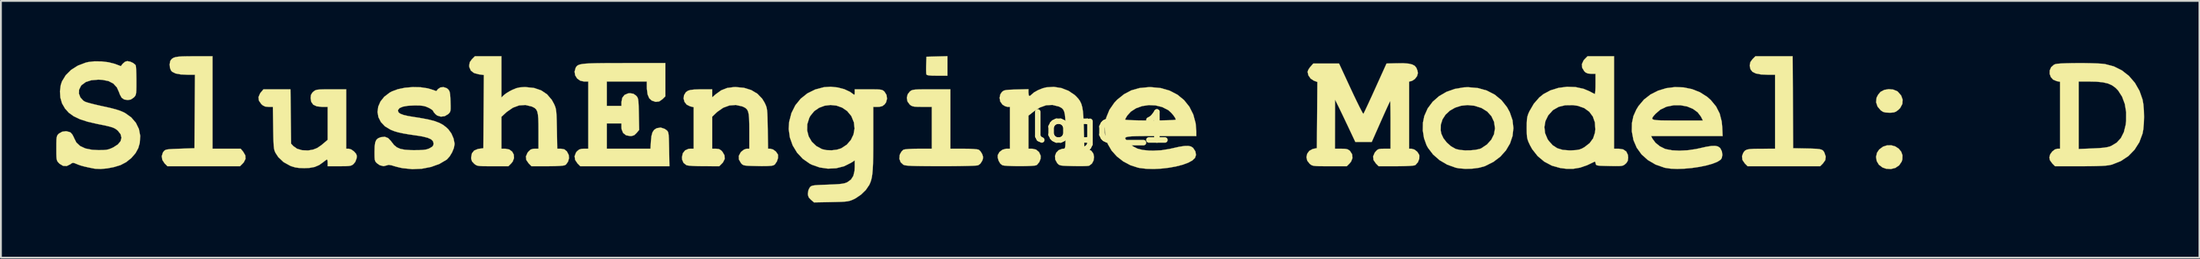
<source format=kicad_pcb>
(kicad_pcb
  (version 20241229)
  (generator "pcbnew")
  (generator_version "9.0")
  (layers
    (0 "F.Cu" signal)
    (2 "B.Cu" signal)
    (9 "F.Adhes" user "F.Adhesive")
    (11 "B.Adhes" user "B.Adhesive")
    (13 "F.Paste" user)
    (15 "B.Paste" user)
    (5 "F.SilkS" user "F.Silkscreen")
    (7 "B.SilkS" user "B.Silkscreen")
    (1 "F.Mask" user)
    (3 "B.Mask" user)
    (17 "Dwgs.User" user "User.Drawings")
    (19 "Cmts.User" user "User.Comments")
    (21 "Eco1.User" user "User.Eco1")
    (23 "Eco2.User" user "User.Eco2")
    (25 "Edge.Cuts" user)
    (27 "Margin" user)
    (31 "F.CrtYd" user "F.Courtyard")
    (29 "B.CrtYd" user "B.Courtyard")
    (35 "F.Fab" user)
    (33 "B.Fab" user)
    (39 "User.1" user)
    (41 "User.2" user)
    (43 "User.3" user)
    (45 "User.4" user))
  (footprint "logo_1"
    (layer "F.Cu")
    (at 56.626 3.871)
    (property "Reference" "logo_1" (at 0 0 0) (layer "F.SilkS") (effects (font (size 1.524 1.524) (thickness 0.3))))
    (attr through_hole)
    (fp_poly (pts (xy -8.308 -2.805) (xy -8.865 -2.805) (xy -9.135 -2.808) (xy -9.313 -2.821) (xy -9.414 -2.844) (xy -9.45 -2.875) (xy -9.46 -2.958) (xy -9.465 -3.117) (xy -9.463 -3.322) (xy -9.461 -3.391) (xy -9.446 -3.836) (xy -8.877 -3.851) (xy -8.308 -3.866) (xy -8.308 -2.805)) (stroke (width 0.01) (type solid)) (fill yes) (layer "F.SilkS"))
    (fp_poly (pts (xy 43.081 1.041) (xy 43.264 1.159) (xy 43.4 1.322) (xy 43.472 1.522) (xy 43.464 1.75) (xy 43.426 1.869) (xy 43.288 2.071) (xy 43.086 2.207) (xy 42.843 2.269) (xy 42.581 2.252) (xy 42.386 2.183) (xy 42.191 2.033) (xy 42.074 1.834) (xy 42.039 1.61) (xy 42.09 1.385) (xy 42.209 1.208) (xy 42.415 1.053) (xy 42.64 0.98) (xy 42.867 0.979) (xy 43.081 1.041)) (stroke (width 0.01) (type solid)) (fill yes) (layer "F.SilkS"))
    (fp_poly (pts (xy 42.97 -2.051) (xy 43.18 -1.964) (xy 43.222 -1.933) (xy 43.4 -1.727) (xy 43.481 -1.501) (xy 43.465 -1.272) (xy 43.351 -1.055) (xy 43.256 -0.957) (xy 43.133 -0.861) (xy 43.015 -0.812) (xy 42.857 -0.795) (xy 42.759 -0.794) (xy 42.56 -0.803) (xy 42.423 -0.839) (xy 42.306 -0.913) (xy 42.288 -0.928) (xy 42.12 -1.128) (xy 42.043 -1.358) (xy 42.064 -1.598) (xy 42.068 -1.612) (xy 42.152 -1.773) (xy 42.275 -1.919) (xy 42.288 -1.93) (xy 42.484 -2.033) (xy 42.725 -2.074) (xy 42.97 -2.051)) (stroke (width 0.01) (type solid)) (fill yes) (layer "F.SilkS"))
    (fp_poly (pts (xy 37.531 -1.363) (xy 37.544 1.138) (xy 38.232 1.151) (xy 38.562 1.158) (xy 38.802 1.169) (xy 38.97 1.187) (xy 39.083 1.216) (xy 39.156 1.259) (xy 39.207 1.321) (xy 39.237 1.374) (xy 39.311 1.594) (xy 39.285 1.788) (xy 39.162 1.962) (xy 39.008 2.117) (xy 37.042 2.117) (xy 35.076 2.117) (xy 34.921 1.962) (xy 34.794 1.775) (xy 34.772 1.575) (xy 34.828 1.412) (xy 34.884 1.32) (xy 34.952 1.255) (xy 35.049 1.211) (xy 35.193 1.184) (xy 35.401 1.171) (xy 35.691 1.166) (xy 35.811 1.166) (xy 36.565 1.164) (xy 36.565 -2.857) (xy 36.155 -2.858) (xy 35.794 -2.874) (xy 35.526 -2.925) (xy 35.341 -3.015) (xy 35.233 -3.15) (xy 35.191 -3.333) (xy 35.19 -3.376) (xy 35.229 -3.554) (xy 35.344 -3.708) (xy 35.499 -3.863) (xy 37.517 -3.863) (xy 37.531 -1.363)) (stroke (width 0.01) (type solid)) (fill yes) (layer "F.SilkS"))
    (fp_poly (pts (xy -48.154 1.164) (xy -46.629 1.164) (xy -46.492 1.327) (xy -46.376 1.526) (xy -46.366 1.721) (xy -46.461 1.908) (xy -46.51 1.962) (xy -46.664 2.117) (xy -48.63 2.117) (xy -50.596 2.117) (xy -50.751 1.962) (xy -50.874 1.776) (xy -50.906 1.57) (xy -50.844 1.372) (xy -50.805 1.316) (xy -50.76 1.267) (xy -50.705 1.232) (xy -50.622 1.208) (xy -50.492 1.191) (xy -50.298 1.179) (xy -50.022 1.168) (xy -49.918 1.164) (xy -49.133 1.138) (xy -49.119 -0.86) (xy -49.105 -2.857) (xy -49.516 -2.858) (xy -49.881 -2.875) (xy -50.15 -2.925) (xy -50.331 -3.012) (xy -50.402 -3.083) (xy -50.462 -3.234) (xy -50.478 -3.419) (xy -50.45 -3.588) (xy -50.415 -3.656) (xy -50.351 -3.726) (xy -50.271 -3.778) (xy -50.161 -3.815) (xy -50.004 -3.84) (xy -49.786 -3.855) (xy -49.491 -3.861) (xy -49.137 -3.863) (xy -48.154 -3.863) (xy -48.154 1.164)) (stroke (width 0.01) (type solid)) (fill yes) (layer "F.SilkS"))
    (fp_poly (pts (xy -8.149 1.164) (xy -7.431 1.164) (xy -7.14 1.168) (xy -6.892 1.18) (xy -6.708 1.198) (xy -6.609 1.22) (xy -6.607 1.221) (xy -6.515 1.308) (xy -6.432 1.443) (xy -6.424 1.459) (xy -6.379 1.599) (xy -6.386 1.716) (xy -6.426 1.826) (xy -6.524 1.978) (xy -6.642 2.064) (xy -6.732 2.078) (xy -6.918 2.09) (xy -7.191 2.1) (xy -7.542 2.107) (xy -7.961 2.112) (xy -8.438 2.115) (xy -8.669 2.115) (xy -9.186 2.113) (xy -9.607 2.11) (xy -9.943 2.106) (xy -10.204 2.099) (xy -10.399 2.089) (xy -10.538 2.076) (xy -10.633 2.059) (xy -10.692 2.039) (xy -10.697 2.036) (xy -10.844 1.902) (xy -10.913 1.715) (xy -10.896 1.506) (xy -10.878 1.455) (xy -10.798 1.319) (xy -10.705 1.226) (xy -10.697 1.221) (xy -10.602 1.199) (xy -10.422 1.181) (xy -10.176 1.169) (xy -9.887 1.164) (xy -9.872 1.164) (xy -9.155 1.164) (xy -9.155 -1.111) (xy -9.681 -1.111) (xy -9.927 -1.113) (xy -10.093 -1.123) (xy -10.205 -1.146) (xy -10.287 -1.186) (xy -10.354 -1.238) (xy -10.475 -1.405) (xy -10.511 -1.602) (xy -10.463 -1.797) (xy -10.354 -1.937) (xy -10.3 -1.981) (xy -10.243 -2.013) (xy -10.168 -2.035) (xy -10.057 -2.05) (xy -9.897 -2.059) (xy -9.669 -2.063) (xy -9.36 -2.064) (xy -9.178 -2.064) (xy -8.149 -2.064) (xy -8.149 1.164)) (stroke (width 0.01) (type solid)) (fill yes) (layer "F.SilkS"))
    (fp_poly (pts (xy 20.452 -2.133) (xy 20.934 -1.998) (xy 21.363 -1.776) (xy 21.73 -1.474) (xy 22.03 -1.094) (xy 22.179 -0.821) (xy 22.328 -0.389) (xy 22.376 0.046) (xy 22.33 0.472) (xy 22.193 0.88) (xy 21.971 1.257) (xy 21.669 1.595) (xy 21.291 1.881) (xy 20.844 2.106) (xy 20.809 2.119) (xy 20.509 2.201) (xy 20.15 2.248) (xy 19.773 2.258) (xy 19.422 2.23) (xy 19.25 2.196) (xy 18.79 2.032) (xy 18.374 1.788) (xy 18.02 1.477) (xy 17.743 1.112) (xy 17.665 0.968) (xy 17.53 0.59) (xy 17.466 0.178) (xy 18.435 0.178) (xy 18.472 0.357) (xy 18.583 0.596) (xy 18.767 0.832) (xy 18.996 1.034) (xy 19.242 1.173) (xy 19.265 1.182) (xy 19.477 1.231) (xy 19.747 1.255) (xy 20.039 1.253) (xy 20.316 1.227) (xy 20.545 1.178) (xy 20.637 1.142) (xy 20.944 0.935) (xy 21.177 0.676) (xy 21.325 0.38) (xy 21.378 0.061) (xy 21.378 0.053) (xy 21.329 -0.295) (xy 21.186 -0.603) (xy 20.957 -0.858) (xy 20.65 -1.048) (xy 20.631 -1.056) (xy 20.257 -1.173) (xy 19.888 -1.209) (xy 19.537 -1.171) (xy 19.214 -1.067) (xy 18.931 -0.905) (xy 18.7 -0.691) (xy 18.533 -0.434) (xy 18.441 -0.142) (xy 18.435 0.178) (xy 17.466 0.178) (xy 17.465 0.169) (xy 17.473 -0.257) (xy 17.545 -0.611) (xy 17.728 -1.024) (xy 17.997 -1.386) (xy 18.339 -1.688) (xy 18.744 -1.925) (xy 19.2 -2.088) (xy 19.697 -2.171) (xy 19.923 -2.18) (xy 20.452 -2.133)) (stroke (width 0.01) (type solid)) (fill yes) (layer "F.SilkS"))
    (fp_poly (pts (xy 31.599 -2.17) (xy 32.057 -2.077) (xy 32.49 -1.906) (xy 32.883 -1.655) (xy 33.076 -1.484) (xy 33.364 -1.135) (xy 33.56 -0.749) (xy 33.671 -0.313) (xy 33.699 -0.013) (xy 33.721 0.476) (xy 29.842 0.476) (xy 29.92 0.627) (xy 30.082 0.843) (xy 30.316 1.033) (xy 30.588 1.169) (xy 30.648 1.188) (xy 30.976 1.251) (xy 31.373 1.271) (xy 31.809 1.249) (xy 32.256 1.186) (xy 32.481 1.138) (xy 32.838 1.058) (xy 33.111 1.015) (xy 33.313 1.009) (xy 33.459 1.039) (xy 33.564 1.107) (xy 33.598 1.145) (xy 33.681 1.311) (xy 33.707 1.499) (xy 33.675 1.67) (xy 33.613 1.762) (xy 33.432 1.878) (xy 33.165 1.983) (xy 32.834 2.076) (xy 32.457 2.153) (xy 32.055 2.212) (xy 31.648 2.249) (xy 31.257 2.262) (xy 30.902 2.248) (xy 30.603 2.204) (xy 30.566 2.195) (xy 30.085 2.026) (xy 29.67 1.784) (xy 29.327 1.476) (xy 29.063 1.11) (xy 28.885 0.694) (xy 28.8 0.236) (xy 28.797 0.183) (xy 28.805 -0.239) (xy 28.857 -0.484) (xy 29.9 -0.484) (xy 29.923 -0.438) (xy 30.002 -0.406) (xy 30.148 -0.386) (xy 30.368 -0.376) (xy 30.673 -0.371) (xy 31.07 -0.37) (xy 31.275 -0.37) (xy 32.652 -0.37) (xy 32.542 -0.585) (xy 32.367 -0.816) (xy 32.113 -1.001) (xy 31.797 -1.132) (xy 31.439 -1.199) (xy 31.074 -1.199) (xy 30.677 -1.12) (xy 30.345 -0.961) (xy 30.086 -0.738) (xy 29.991 -0.631) (xy 29.926 -0.547) (xy 29.9 -0.484) (xy 28.857 -0.484) (xy 28.883 -0.609) (xy 29.042 -0.964) (xy 29.161 -1.158) (xy 29.455 -1.507) (xy 29.814 -1.786) (xy 30.223 -1.993) (xy 30.667 -2.127) (xy 31.131 -2.186) (xy 31.599 -2.17)) (stroke (width 0.01) (type solid)) (fill yes) (layer "F.SilkS"))
    (fp_poly (pts (xy 53.343 -3.49) (xy 53.682 -3.484) (xy 53.99 -3.474) (xy 54.249 -3.459) (xy 54.438 -3.44) (xy 54.451 -3.438) (xy 54.93 -3.312) (xy 55.366 -3.094) (xy 55.75 -2.793) (xy 56.072 -2.418) (xy 56.323 -1.978) (xy 56.487 -1.51) (xy 56.532 -1.252) (xy 56.559 -0.925) (xy 56.568 -0.565) (xy 56.557 -0.208) (xy 56.529 0.113) (xy 56.487 0.342) (xy 56.313 0.811) (xy 56.053 1.221) (xy 55.718 1.565) (xy 55.313 1.834) (xy 54.849 2.02) (xy 54.785 2.038) (xy 54.654 2.064) (xy 54.484 2.085) (xy 54.259 2.099) (xy 53.968 2.109) (xy 53.598 2.115) (xy 53.136 2.117) (xy 53.113 2.117) (xy 51.744 2.117) (xy 51.59 1.962) (xy 51.464 1.786) (xy 51.435 1.64) (xy 51.479 1.474) (xy 51.589 1.318) (xy 51.737 1.204) (xy 51.881 1.164) (xy 52.017 1.164) (xy 52.017 -2.475) (xy 51.954 -2.487) (xy 53.023 -2.487) (xy 53.023 1.18) (xy 53.787 1.149) (xy 54.128 1.132) (xy 54.383 1.11) (xy 54.572 1.081) (xy 54.717 1.042) (xy 54.783 1.016) (xy 55.083 0.836) (xy 55.312 0.587) (xy 55.474 0.265) (xy 55.573 -0.137) (xy 55.598 -0.348) (xy 55.599 -0.826) (xy 55.525 -1.271) (xy 55.378 -1.667) (xy 55.165 -1.999) (xy 55.027 -2.143) (xy 54.837 -2.282) (xy 54.613 -2.382) (xy 54.335 -2.446) (xy 53.987 -2.48) (xy 53.648 -2.487) (xy 53.023 -2.487) (xy 51.954 -2.487) (xy 51.834 -2.51) (xy 51.643 -2.59) (xy 51.515 -2.731) (xy 51.452 -2.907) (xy 51.456 -3.093) (xy 51.53 -3.264) (xy 51.676 -3.396) (xy 51.759 -3.434) (xy 51.872 -3.454) (xy 52.071 -3.47) (xy 52.338 -3.481) (xy 52.651 -3.488) (xy 52.993 -3.491) (xy 53.343 -3.49)) (stroke (width 0.01) (type solid)) (fill yes) (layer "F.SilkS"))
    (fp_poly (pts (xy -43.894 0.891) (xy -43.766 1.028) (xy -43.569 1.166) (xy -43.304 1.245) (xy -42.994 1.259) (xy -42.935 1.254) (xy -42.696 1.212) (xy -42.488 1.13) (xy -42.276 0.989) (xy -42.135 0.874) (xy -41.91 0.68) (xy -41.91 -1.111) (xy -42.225 -1.111) (xy -42.5 -1.14) (xy -42.691 -1.229) (xy -42.8 -1.381) (xy -42.834 -1.587) (xy -42.816 -1.757) (xy -42.748 -1.877) (xy -42.686 -1.937) (xy -42.625 -1.985) (xy -42.561 -2.019) (xy -42.474 -2.042) (xy -42.346 -2.055) (xy -42.159 -2.062) (xy -41.895 -2.064) (xy -41.722 -2.064) (xy -40.905 -2.064) (xy -40.905 1.164) (xy -40.768 1.164) (xy -40.63 1.206) (xy -40.48 1.316) (xy -40.471 1.325) (xy -40.368 1.445) (xy -40.331 1.551) (xy -40.341 1.683) (xy -40.411 1.875) (xy -40.509 1.998) (xy -40.576 2.049) (xy -40.652 2.083) (xy -40.76 2.103) (xy -40.92 2.113) (xy -41.155 2.116) (xy -41.278 2.117) (xy -41.91 2.117) (xy -41.91 1.931) (xy -41.918 1.809) (xy -41.938 1.748) (xy -41.942 1.746) (xy -41.999 1.777) (xy -42.102 1.855) (xy -42.14 1.887) (xy -42.373 2.053) (xy -42.617 2.157) (xy -42.903 2.209) (xy -43.18 2.22) (xy -43.455 2.211) (xy -43.67 2.181) (xy -43.871 2.12) (xy -43.942 2.092) (xy -44.303 1.892) (xy -44.587 1.622) (xy -44.732 1.402) (xy -44.77 1.325) (xy -44.799 1.242) (xy -44.821 1.137) (xy -44.836 0.995) (xy -44.847 0.8) (xy -44.855 0.536) (xy -44.862 0.188) (xy -44.864 0.04) (xy -44.881 -1.111) (xy -45.119 -1.111) (xy -45.298 -1.128) (xy -45.429 -1.192) (xy -45.512 -1.266) (xy -45.639 -1.45) (xy -45.66 -1.643) (xy -45.576 -1.841) (xy -45.53 -1.901) (xy -45.393 -2.064) (xy -43.927 -2.064) (xy -43.894 0.891)) (stroke (width 0.01) (type solid)) (fill yes) (layer "F.SilkS"))
    (fp_poly (pts (xy -23.601 -1.685) (xy -23.756 -1.531) (xy -23.935 -1.406) (xy -24.129 -1.383) (xy -24.342 -1.455) (xy -24.477 -1.579) (xy -24.564 -1.786) (xy -24.603 -2.082) (xy -24.606 -2.209) (xy -24.606 -2.487) (xy -26.776 -2.487) (xy -26.776 -1.164) (xy -25.982 -1.164) (xy -25.982 -1.378) (xy -25.939 -1.601) (xy -25.816 -1.76) (xy -25.625 -1.842) (xy -25.517 -1.852) (xy -25.334 -1.823) (xy -25.191 -1.723) (xy -25.184 -1.716) (xy -25.136 -1.66) (xy -25.102 -1.599) (xy -25.078 -1.515) (xy -25.062 -1.391) (xy -25.052 -1.208) (xy -25.044 -0.949) (xy -25.039 -0.718) (xy -25.023 0.142) (xy -25.163 0.309) (xy -25.284 0.425) (xy -25.416 0.471) (xy -25.513 0.476) (xy -25.734 0.433) (xy -25.891 0.309) (xy -25.972 0.114) (xy -25.982 0.002) (xy -25.982 -0.212) (xy -26.776 -0.212) (xy -26.776 1.164) (xy -24.408 1.164) (xy -24.384 0.754) (xy -24.355 0.471) (xy -24.3 0.273) (xy -24.212 0.14) (xy -24.081 0.055) (xy -24.066 0.048) (xy -23.854 0.014) (xy -23.64 0.085) (xy -23.541 0.153) (xy -23.496 0.194) (xy -23.463 0.242) (xy -23.44 0.313) (xy -23.424 0.425) (xy -23.413 0.593) (xy -23.406 0.833) (xy -23.399 1.162) (xy -23.399 1.186) (xy -23.382 2.117) (xy -28.213 2.117) (xy -28.367 1.962) (xy -28.494 1.773) (xy -28.522 1.572) (xy -28.449 1.376) (xy -28.392 1.304) (xy -28.278 1.21) (xy -28.141 1.17) (xy -28.022 1.164) (xy -27.781 1.164) (xy -27.781 -2.487) (xy -27.997 -2.487) (xy -28.214 -2.532) (xy -28.383 -2.652) (xy -28.491 -2.824) (xy -28.524 -3.026) (xy -28.466 -3.233) (xy -28.465 -3.236) (xy -28.428 -3.295) (xy -28.382 -3.345) (xy -28.316 -3.386) (xy -28.221 -3.418) (xy -28.088 -3.443) (xy -27.908 -3.462) (xy -27.671 -3.475) (xy -27.367 -3.484) (xy -26.988 -3.489) (xy -26.524 -3.492) (xy -25.966 -3.492) (xy -25.825 -3.493) (xy -23.601 -3.493) (xy -23.601 -1.685)) (stroke (width 0.01) (type solid)) (fill yes) (layer "F.SilkS"))
    (fp_poly (pts (xy 3.254 -2.133) (xy 3.734 -1.995) (xy 4.158 -1.775) (xy 4.518 -1.481) (xy 4.808 -1.119) (xy 5.02 -0.697) (xy 5.148 -0.221) (xy 5.185 0.225) (xy 5.186 0.476) (xy 3.254 0.476) (xy 2.727 0.476) (xy 2.297 0.477) (xy 1.958 0.481) (xy 1.7 0.49) (xy 1.516 0.505) (xy 1.399 0.529) (xy 1.339 0.563) (xy 1.33 0.609) (xy 1.363 0.669) (xy 1.43 0.745) (xy 1.523 0.838) (xy 1.556 0.871) (xy 1.759 1.04) (xy 1.989 1.158) (xy 2.266 1.231) (xy 2.612 1.265) (xy 2.854 1.27) (xy 3.293 1.248) (xy 3.737 1.176) (xy 3.906 1.138) (xy 4.266 1.058) (xy 4.542 1.016) (xy 4.748 1.011) (xy 4.896 1.043) (xy 5.003 1.113) (xy 5.014 1.124) (xy 5.136 1.312) (xy 5.167 1.504) (xy 5.112 1.667) (xy 4.969 1.803) (xy 4.738 1.928) (xy 4.437 2.037) (xy 4.082 2.129) (xy 3.692 2.199) (xy 3.282 2.246) (xy 2.872 2.266) (xy 2.478 2.256) (xy 2.117 2.213) (xy 2.025 2.195) (xy 1.61 2.061) (xy 1.22 1.852) (xy 0.875 1.582) (xy 0.594 1.268) (xy 0.396 0.926) (xy 0.372 0.865) (xy 0.248 0.394) (xy 0.225 -0.074) (xy 0.283 -0.416) (xy 1.323 -0.416) (xy 1.374 -0.403) (xy 1.516 -0.393) (xy 1.737 -0.383) (xy 2.021 -0.376) (xy 2.356 -0.372) (xy 2.699 -0.37) (xy 3.068 -0.372) (xy 3.4 -0.377) (xy 3.68 -0.384) (xy 3.895 -0.393) (xy 4.031 -0.404) (xy 4.075 -0.416) (xy 4.038 -0.512) (xy 3.947 -0.647) (xy 3.823 -0.79) (xy 3.694 -0.91) (xy 3.655 -0.939) (xy 3.333 -1.102) (xy 2.977 -1.19) (xy 2.609 -1.207) (xy 2.25 -1.154) (xy 1.919 -1.036) (xy 1.637 -0.854) (xy 1.443 -0.639) (xy 1.367 -0.516) (xy 1.326 -0.429) (xy 1.323 -0.416) (xy 0.283 -0.416) (xy 0.302 -0.526) (xy 0.475 -0.951) (xy 0.742 -1.338) (xy 0.897 -1.502) (xy 1.266 -1.799) (xy 1.662 -2.008) (xy 2.101 -2.133) (xy 2.6 -2.182) (xy 2.725 -2.183) (xy 3.254 -2.133)) (stroke (width 0.01) (type solid)) (fill yes) (layer "F.SilkS"))
    (fp_poly (pts (xy -32.491 -1.621) (xy -32.345 -1.76) (xy -32.218 -1.857) (xy -32.036 -1.966) (xy -31.883 -2.044) (xy -31.678 -2.127) (xy -31.49 -2.17) (xy -31.269 -2.185) (xy -31.169 -2.185) (xy -30.72 -2.138) (xy -30.337 -2.008) (xy -30.018 -1.794) (xy -29.763 -1.496) (xy -29.64 -1.274) (xy -29.593 -1.168) (xy -29.558 -1.069) (xy -29.533 -0.959) (xy -29.515 -0.82) (xy -29.502 -0.634) (xy -29.493 -0.384) (xy -29.486 -0.052) (xy -29.483 0.093) (xy -29.464 1.164) (xy -29.266 1.164) (xy -29.079 1.198) (xy -28.943 1.308) (xy -28.844 1.498) (xy -28.825 1.673) (xy -28.875 1.86) (xy -28.978 2.011) (xy -29.043 2.059) (xy -29.138 2.081) (xy -29.324 2.099) (xy -29.585 2.111) (xy -29.906 2.116) (xy -30.004 2.117) (xy -30.859 2.117) (xy -31.013 1.962) (xy -31.14 1.778) (xy -31.161 1.585) (xy -31.077 1.387) (xy -31.031 1.327) (xy -30.909 1.212) (xy -30.771 1.168) (xy -30.687 1.164) (xy -30.48 1.164) (xy -30.48 0.209) (xy -30.482 -0.18) (xy -30.491 -0.477) (xy -30.512 -0.697) (xy -30.547 -0.856) (xy -30.602 -0.967) (xy -30.679 -1.044) (xy -30.784 -1.103) (xy -30.849 -1.131) (xy -31.189 -1.213) (xy -31.53 -1.191) (xy -31.867 -1.066) (xy -32.195 -0.84) (xy -32.25 -0.791) (xy -32.491 -0.569) (xy -32.491 1.164) (xy -32.277 1.164) (xy -32.064 1.207) (xy -31.908 1.322) (xy -31.82 1.485) (xy -31.807 1.673) (xy -31.879 1.864) (xy -31.958 1.962) (xy -32.112 2.117) (xy -32.959 2.117) (xy -33.276 2.116) (xy -33.506 2.113) (xy -33.667 2.104) (xy -33.776 2.088) (xy -33.853 2.062) (xy -33.916 2.022) (xy -33.968 1.98) (xy -34.084 1.856) (xy -34.128 1.717) (xy -34.131 1.642) (xy -34.092 1.42) (xy -33.972 1.267) (xy -33.771 1.181) (xy -33.703 1.169) (xy -33.47 1.138) (xy -33.456 -0.853) (xy -33.442 -2.844) (xy -33.712 -2.88) (xy -33.971 -2.949) (xy -34.144 -3.078) (xy -34.228 -3.263) (xy -34.237 -3.362) (xy -34.206 -3.538) (xy -34.096 -3.694) (xy -34.082 -3.708) (xy -33.928 -3.863) (xy -32.491 -3.863) (xy -32.491 -1.621)) (stroke (width 0.01) (type solid)) (fill yes) (layer "F.SilkS"))
    (fp_poly (pts (xy -19.34 -2.146) (xy -18.945 -2.024) (xy -18.612 -1.825) (xy -18.351 -1.553) (xy -18.222 -1.34) (xy -18.172 -1.234) (xy -18.133 -1.139) (xy -18.106 -1.038) (xy -18.086 -0.913) (xy -18.073 -0.747) (xy -18.064 -0.524) (xy -18.058 -0.225) (xy -18.052 0.066) (xy -18.034 1.164) (xy -17.914 1.164) (xy -17.757 1.209) (xy -17.608 1.321) (xy -17.507 1.467) (xy -17.494 1.507) (xy -17.495 1.673) (xy -17.555 1.855) (xy -17.655 2.006) (xy -17.726 2.063) (xy -17.843 2.091) (xy -18.063 2.107) (xy -18.387 2.111) (xy -18.609 2.107) (xy -18.908 2.1) (xy -19.12 2.092) (xy -19.264 2.079) (xy -19.359 2.058) (xy -19.422 2.026) (xy -19.473 1.978) (xy -19.505 1.942) (xy -19.614 1.749) (xy -19.619 1.554) (xy -19.52 1.365) (xy -19.477 1.319) (xy -19.333 1.21) (xy -19.194 1.164) (xy -19.186 1.164) (xy -19.05 1.164) (xy -19.05 0.209) (xy -19.052 -0.18) (xy -19.061 -0.477) (xy -19.081 -0.698) (xy -19.117 -0.857) (xy -19.172 -0.968) (xy -19.252 -1.046) (xy -19.359 -1.105) (xy -19.444 -1.14) (xy -19.782 -1.214) (xy -20.125 -1.188) (xy -20.462 -1.065) (xy -20.778 -0.847) (xy -20.841 -0.79) (xy -21.061 -0.578) (xy -21.061 1.164) (xy -20.854 1.164) (xy -20.691 1.184) (xy -20.569 1.263) (xy -20.51 1.327) (xy -20.394 1.526) (xy -20.384 1.721) (xy -20.478 1.908) (xy -20.528 1.962) (xy -20.682 2.117) (xy -21.52 2.115) (xy -21.854 2.111) (xy -22.131 2.1) (xy -22.335 2.083) (xy -22.451 2.061) (xy -22.463 2.056) (xy -22.618 1.932) (xy -22.691 1.761) (xy -22.701 1.628) (xy -22.657 1.413) (xy -22.533 1.256) (xy -22.348 1.173) (xy -22.254 1.164) (xy -22.066 1.164) (xy -22.066 -1.093) (xy -22.265 -1.142) (xy -22.445 -1.232) (xy -22.562 -1.379) (xy -22.612 -1.558) (xy -22.591 -1.741) (xy -22.495 -1.901) (xy -22.381 -1.986) (xy -22.252 -2.027) (xy -22.049 -2.052) (xy -21.757 -2.063) (xy -21.646 -2.064) (xy -21.061 -2.064) (xy -21.061 -1.629) (xy -20.865 -1.801) (xy -20.571 -2.012) (xy -20.255 -2.137) (xy -19.888 -2.186) (xy -19.791 -2.188) (xy -19.34 -2.146)) (stroke (width 0.01) (type solid)) (fill yes) (layer "F.SilkS"))
    (fp_poly (pts (xy 27.834 1.164) (xy 28.09 1.164) (xy 28.329 1.202) (xy 28.495 1.314) (xy 28.584 1.499) (xy 28.599 1.649) (xy 28.579 1.819) (xy 28.503 1.942) (xy 28.45 1.991) (xy 28.386 2.043) (xy 28.319 2.078) (xy 28.231 2.099) (xy 28.101 2.109) (xy 27.908 2.11) (xy 27.633 2.106) (xy 27.578 2.105) (xy 27.289 2.098) (xy 27.089 2.091) (xy 26.962 2.078) (xy 26.889 2.059) (xy 26.854 2.028) (xy 26.84 1.984) (xy 26.838 1.968) (xy 26.812 1.881) (xy 26.785 1.865) (xy 26.365 2.065) (xy 25.988 2.194) (xy 25.625 2.255) (xy 25.249 2.255) (xy 24.924 2.215) (xy 24.468 2.088) (xy 24.053 1.868) (xy 23.692 1.566) (xy 23.397 1.191) (xy 23.278 0.976) (xy 23.198 0.807) (xy 23.147 0.669) (xy 23.117 0.532) (xy 23.103 0.364) (xy 23.099 0.133) (xy 23.098 0.026) (xy 23.099 -0.013) (xy 24.057 -0.013) (xy 24.094 0.319) (xy 24.227 0.639) (xy 24.292 0.736) (xy 24.506 0.976) (xy 24.754 1.138) (xy 25.053 1.229) (xy 25.421 1.257) (xy 25.542 1.254) (xy 25.779 1.239) (xy 25.95 1.21) (xy 26.091 1.157) (xy 26.228 1.08) (xy 26.511 0.86) (xy 26.699 0.602) (xy 26.799 0.293) (xy 26.819 0.115) (xy 26.796 -0.263) (xy 26.684 -0.585) (xy 26.489 -0.848) (xy 26.217 -1.044) (xy 25.873 -1.167) (xy 25.604 -1.205) (xy 25.185 -1.199) (xy 24.832 -1.113) (xy 24.539 -0.946) (xy 24.504 -0.917) (xy 24.264 -0.648) (xy 24.114 -0.341) (xy 24.057 -0.013) (xy 23.099 -0.013) (xy 23.101 -0.242) (xy 23.112 -0.435) (xy 23.136 -0.584) (xy 23.179 -0.719) (xy 23.245 -0.869) (xy 23.484 -1.281) (xy 23.78 -1.622) (xy 24.002 -1.802) (xy 24.388 -2.009) (xy 24.823 -2.143) (xy 25.283 -2.203) (xy 25.743 -2.187) (xy 26.179 -2.093) (xy 26.481 -1.967) (xy 26.634 -1.887) (xy 26.748 -1.829) (xy 26.789 -1.808) (xy 26.805 -1.85) (xy 26.818 -1.977) (xy 26.827 -2.167) (xy 26.829 -2.35) (xy 26.829 -2.91) (xy 26.588 -2.91) (xy 26.411 -2.926) (xy 26.288 -2.984) (xy 26.218 -3.05) (xy 26.105 -3.239) (xy 26.093 -3.44) (xy 26.181 -3.636) (xy 26.243 -3.708) (xy 26.397 -3.863) (xy 27.834 -3.863) (xy 27.834 1.164)) (stroke (width 0.01) (type solid)) (fill yes) (layer "F.SilkS"))
    (fp_poly (pts (xy -2.129 -2.133) (xy -1.746 -1.984) (xy -1.412 -1.759) (xy -1.33 -1.681) (xy -1.211 -1.552) (xy -1.119 -1.421) (xy -1.049 -1.272) (xy -0.998 -1.091) (xy -0.962 -0.861) (xy -0.938 -0.567) (xy -0.921 -0.193) (xy -0.913 0.093) (xy -0.886 1.164) (xy -0.764 1.164) (xy -0.64 1.198) (xy -0.507 1.28) (xy -0.5 1.285) (xy -0.395 1.435) (xy -0.36 1.621) (xy -0.388 1.81) (xy -0.475 1.974) (xy -0.614 2.08) (xy -0.656 2.094) (xy -0.754 2.104) (xy -0.934 2.11) (xy -1.172 2.112) (xy -1.445 2.109) (xy -1.507 2.108) (xy -1.797 2.1) (xy -2 2.091) (xy -2.137 2.077) (xy -2.226 2.054) (xy -2.287 2.018) (xy -2.339 1.965) (xy -2.36 1.942) (xy -2.463 1.754) (xy -2.476 1.559) (xy -2.411 1.381) (xy -2.278 1.243) (xy -2.087 1.17) (xy -2.008 1.164) (xy -1.971 1.159) (xy -1.944 1.134) (xy -1.926 1.075) (xy -1.914 0.966) (xy -1.908 0.794) (xy -1.905 0.544) (xy -1.905 0.236) (xy -1.908 -0.159) (xy -1.918 -0.462) (xy -1.94 -0.689) (xy -1.977 -0.852) (xy -2.033 -0.967) (xy -2.112 -1.047) (xy -2.218 -1.107) (xy -2.27 -1.13) (xy -2.616 -1.216) (xy -2.958 -1.199) (xy -3.3 -1.076) (xy -3.612 -0.873) (xy -3.916 -0.633) (xy -3.916 1.164) (xy -3.713 1.164) (xy -3.503 1.212) (xy -3.344 1.346) (xy -3.254 1.542) (xy -3.258 1.71) (xy -3.328 1.889) (xy -3.442 2.03) (xy -3.49 2.062) (xy -3.581 2.082) (xy -3.754 2.097) (xy -3.987 2.107) (xy -4.256 2.112) (xy -4.539 2.112) (xy -4.811 2.106) (xy -5.049 2.096) (xy -5.232 2.081) (xy -5.334 2.061) (xy -5.447 1.968) (xy -5.536 1.812) (xy -5.583 1.635) (xy -5.578 1.507) (xy -5.487 1.344) (xy -5.327 1.221) (xy -5.131 1.165) (xy -5.099 1.164) (xy -4.921 1.164) (xy -4.921 -1.111) (xy -5.051 -1.111) (xy -5.178 -1.145) (xy -5.315 -1.228) (xy -5.327 -1.238) (xy -5.444 -1.401) (xy -5.482 -1.599) (xy -5.439 -1.795) (xy -5.355 -1.918) (xy -5.297 -1.968) (xy -5.225 -2.003) (xy -5.12 -2.026) (xy -4.961 -2.041) (xy -4.727 -2.051) (xy -4.576 -2.055) (xy -3.916 -2.072) (xy -3.916 -1.883) (xy -3.9 -1.74) (xy -3.852 -1.698) (xy -3.771 -1.756) (xy -3.755 -1.776) (xy -3.608 -1.901) (xy -3.393 -2.021) (xy -3.147 -2.12) (xy -2.949 -2.172) (xy -2.539 -2.198) (xy -2.129 -2.133)) (stroke (width 0.01) (type solid)) (fill yes) (layer "F.SilkS"))
    (fp_poly (pts (xy 16.699 -3.461) (xy 16.897 -3.413) (xy 17.033 -3.337) (xy 17.118 -3.229) (xy 17.118 -3.229) (xy 17.176 -3.078) (xy 17.198 -2.947) (xy 17.153 -2.783) (xy 17.039 -2.63) (xy 16.889 -2.529) (xy 16.855 -2.518) (xy 16.722 -2.485) (xy 16.722 1.164) (xy 16.847 1.164) (xy 17.012 1.211) (xy 17.164 1.329) (xy 17.264 1.487) (xy 17.277 1.531) (xy 17.272 1.713) (xy 17.2 1.897) (xy 17.08 2.037) (xy 17.042 2.062) (xy 16.954 2.081) (xy 16.777 2.097) (xy 16.527 2.109) (xy 16.222 2.115) (xy 16.007 2.117) (xy 15.073 2.117) (xy 14.918 1.962) (xy 14.792 1.778) (xy 14.771 1.585) (xy 14.855 1.387) (xy 14.901 1.327) (xy 14.985 1.238) (xy 15.07 1.189) (xy 15.191 1.168) (xy 15.377 1.164) (xy 15.716 1.164) (xy 15.716 -0.132) (xy 15.716 -0.49) (xy 15.713 -0.81) (xy 15.71 -1.078) (xy 15.706 -1.279) (xy 15.701 -1.4) (xy 15.697 -1.429) (xy 15.672 -1.383) (xy 15.61 -1.253) (xy 15.518 -1.053) (xy 15.402 -0.798) (xy 15.269 -0.499) (xy 15.188 -0.318) (xy 14.698 0.794) (xy 13.806 0.794) (xy 13.439 0.013) (xy 13.297 -0.286) (xy 13.156 -0.585) (xy 13.026 -0.855) (xy 12.923 -1.069) (xy 12.889 -1.138) (xy 12.706 -1.508) (xy 12.703 -0.172) (xy 12.7 1.164) (xy 13.046 1.164) (xy 13.246 1.17) (xy 13.375 1.194) (xy 13.468 1.245) (xy 13.523 1.294) (xy 13.635 1.472) (xy 13.652 1.672) (xy 13.574 1.869) (xy 13.498 1.962) (xy 13.343 2.117) (xy 12.417 2.117) (xy 12.083 2.116) (xy 11.838 2.114) (xy 11.665 2.106) (xy 11.545 2.093) (xy 11.463 2.07) (xy 11.4 2.037) (xy 11.34 1.99) (xy 11.328 1.98) (xy 11.199 1.813) (xy 11.157 1.623) (xy 11.197 1.438) (xy 11.31 1.282) (xy 11.492 1.182) (xy 11.537 1.171) (xy 11.721 1.133) (xy 11.749 -2.465) (xy 11.562 -2.533) (xy 11.385 -2.647) (xy 11.262 -2.823) (xy 11.218 -3.013) (xy 11.252 -3.118) (xy 11.337 -3.25) (xy 11.373 -3.293) (xy 11.527 -3.466) (xy 12.924 -3.466) (xy 13.565 -2.079) (xy 13.73 -1.727) (xy 13.882 -1.41) (xy 14.014 -1.141) (xy 14.122 -0.93) (xy 14.199 -0.789) (xy 14.24 -0.73) (xy 14.244 -0.73) (xy 14.274 -0.786) (xy 14.342 -0.926) (xy 14.441 -1.138) (xy 14.566 -1.408) (xy 14.711 -1.723) (xy 14.869 -2.072) (xy 14.889 -2.117) (xy 15.498 -3.466) (xy 16.058 -3.481) (xy 16.424 -3.482) (xy 16.699 -3.461)) (stroke (width 0.01) (type solid)) (fill yes) (layer "F.SilkS"))
    (fp_poly (pts (xy -14.259 -2.166) (xy -13.9 -2.072) (xy -13.59 -1.928) (xy -13.428 -1.811) (xy -13.364 -1.765) (xy -13.339 -1.794) (xy -13.335 -1.897) (xy -13.335 -2.064) (xy -12.592 -2.064) (xy -12.297 -2.063) (xy -12.088 -2.059) (xy -11.947 -2.048) (xy -11.854 -2.028) (xy -11.789 -1.996) (xy -11.733 -1.948) (xy -11.719 -1.934) (xy -11.611 -1.758) (xy -11.584 -1.551) (xy -11.639 -1.351) (xy -11.719 -1.241) (xy -11.843 -1.15) (xy -12.001 -1.114) (xy -12.089 -1.111) (xy -12.33 -1.111) (xy -12.33 0.632) (xy -12.331 1.173) (xy -12.335 1.619) (xy -12.344 1.983) (xy -12.358 2.278) (xy -12.378 2.515) (xy -12.405 2.705) (xy -12.441 2.862) (xy -12.486 2.997) (xy -12.542 3.122) (xy -12.55 3.138) (xy -12.732 3.406) (xy -12.988 3.656) (xy -13.285 3.859) (xy -13.38 3.908) (xy -13.495 3.959) (xy -13.601 3.996) (xy -13.719 4.023) (xy -13.869 4.04) (xy -14.07 4.052) (xy -14.343 4.06) (xy -14.609 4.066) (xy -15.54 4.083) (xy -15.707 3.942) (xy -15.824 3.819) (xy -15.87 3.686) (xy -15.875 3.599) (xy -15.843 3.408) (xy -15.774 3.273) (xy -15.732 3.227) (xy -15.68 3.193) (xy -15.601 3.169) (xy -15.48 3.151) (xy -15.298 3.138) (xy -15.039 3.127) (xy -14.804 3.119) (xy -14.463 3.105) (xy -14.209 3.09) (xy -14.024 3.07) (xy -13.889 3.044) (xy -13.785 3.008) (xy -13.732 2.984) (xy -13.536 2.84) (xy -13.41 2.64) (xy -13.346 2.371) (xy -13.335 2.156) (xy -13.335 1.798) (xy -13.533 1.929) (xy -13.915 2.119) (xy -14.34 2.226) (xy -14.786 2.248) (xy -15.233 2.184) (xy -15.659 2.035) (xy -15.768 1.98) (xy -16.148 1.715) (xy -16.461 1.379) (xy -16.698 0.986) (xy -16.851 0.554) (xy -16.903 0.174) (xy -15.915 0.174) (xy -15.832 0.497) (xy -15.663 0.785) (xy -15.415 1.022) (xy -15.103 1.19) (xy -14.865 1.242) (xy -14.58 1.251) (xy -14.298 1.217) (xy -14.068 1.144) (xy -13.768 0.947) (xy -13.544 0.69) (xy -13.401 0.391) (xy -13.344 0.066) (xy -13.379 -0.267) (xy -13.511 -0.592) (xy -13.532 -0.628) (xy -13.748 -0.887) (xy -14.018 -1.07) (xy -14.322 -1.179) (xy -14.644 -1.213) (xy -14.964 -1.174) (xy -15.265 -1.062) (xy -15.53 -0.88) (xy -15.738 -0.626) (xy -15.799 -0.513) (xy -15.907 -0.168) (xy -15.915 0.174) (xy -16.903 0.174) (xy -16.914 0.098) (xy -16.89 -0.297) (xy -16.766 -0.774) (xy -16.555 -1.196) (xy -16.264 -1.555) (xy -15.901 -1.845) (xy -15.474 -2.056) (xy -15.002 -2.181) (xy -14.637 -2.205) (xy -14.259 -2.166)) (stroke (width 0.01) (type solid)) (fill yes) (layer "F.SilkS"))
    (fp_poly (pts (xy -36.877 -2.177) (xy -36.495 -2.12) (xy -36.328 -2.073) (xy -36.018 -1.968) (xy -35.93 -2.078) (xy -35.796 -2.168) (xy -35.625 -2.184) (xy -35.456 -2.127) (xy -35.385 -2.071) (xy -35.332 -2.006) (xy -35.296 -1.923) (xy -35.273 -1.798) (xy -35.259 -1.609) (xy -35.251 -1.403) (xy -35.244 -1.155) (xy -35.245 -0.99) (xy -35.259 -0.883) (xy -35.29 -0.811) (xy -35.342 -0.75) (xy -35.378 -0.716) (xy -35.565 -0.605) (xy -35.774 -0.58) (xy -35.971 -0.64) (xy -36.065 -0.712) (xy -36.153 -0.813) (xy -36.194 -0.887) (xy -36.195 -0.892) (xy -36.239 -0.942) (xy -36.35 -1.016) (xy -36.446 -1.067) (xy -36.589 -1.128) (xy -36.732 -1.165) (xy -36.91 -1.184) (xy -37.155 -1.188) (xy -37.2 -1.188) (xy -37.558 -1.171) (xy -37.83 -1.123) (xy -38.01 -1.047) (xy -38.094 -0.944) (xy -38.1 -0.904) (xy -38.071 -0.814) (xy -37.976 -0.739) (xy -37.806 -0.673) (xy -37.55 -0.613) (xy -37.229 -0.56) (xy -36.766 -0.485) (xy -36.393 -0.411) (xy -36.094 -0.331) (xy -35.853 -0.239) (xy -35.654 -0.13) (xy -35.482 0.001) (xy -35.364 0.115) (xy -35.202 0.339) (xy -35.085 0.61) (xy -35.032 0.879) (xy -35.031 0.919) (xy -35.068 1.125) (xy -35.163 1.359) (xy -35.295 1.58) (xy -35.443 1.745) (xy -35.462 1.76) (xy -35.85 1.99) (xy -36.304 2.155) (xy -36.801 2.252) (xy -37.32 2.275) (xy -37.841 2.222) (xy -37.968 2.197) (xy -38.166 2.149) (xy -38.345 2.099) (xy -38.434 2.069) (xy -38.604 2.04) (xy -38.682 2.064) (xy -38.88 2.114) (xy -39.084 2.062) (xy -39.207 1.98) (xy -39.282 1.913) (xy -39.329 1.849) (xy -39.356 1.763) (xy -39.367 1.629) (xy -39.37 1.423) (xy -39.37 1.324) (xy -39.362 1.031) (xy -39.333 0.824) (xy -39.274 0.686) (xy -39.178 0.597) (xy -39.037 0.541) (xy -39.026 0.538) (xy -38.813 0.516) (xy -38.636 0.585) (xy -38.476 0.751) (xy -38.453 0.784) (xy -38.314 0.962) (xy -38.16 1.089) (xy -37.969 1.173) (xy -37.724 1.221) (xy -37.403 1.242) (xy -37.227 1.244) (xy -36.937 1.241) (xy -36.729 1.23) (xy -36.577 1.208) (xy -36.457 1.172) (xy -36.38 1.138) (xy -36.244 1.057) (xy -36.182 0.974) (xy -36.169 0.873) (xy -36.201 0.753) (xy -36.303 0.653) (xy -36.485 0.571) (xy -36.755 0.502) (xy -37.11 0.444) (xy -37.514 0.385) (xy -37.831 0.33) (xy -38.084 0.275) (xy -38.291 0.214) (xy -38.472 0.143) (xy -38.497 0.132) (xy -38.804 -0.053) (xy -39.024 -0.285) (xy -39.159 -0.55) (xy -39.207 -0.833) (xy -39.17 -1.122) (xy -39.048 -1.403) (xy -38.842 -1.661) (xy -38.551 -1.883) (xy -38.429 -1.95) (xy -38.105 -2.071) (xy -37.716 -2.151) (xy -37.296 -2.186) (xy -36.877 -2.177)) (stroke (width 0.01) (type solid)) (fill yes) (layer "F.SilkS"))
    (fp_poly (pts (xy -52.617 -3.569) (xy -52.458 -3.496) (xy -52.342 -3.402) (xy -52.315 -3.358) (xy -52.303 -3.276) (xy -52.293 -3.11) (xy -52.286 -2.881) (xy -52.282 -2.612) (xy -52.282 -2.516) (xy -52.282 -2.219) (xy -52.286 -2.009) (xy -52.296 -1.866) (xy -52.316 -1.771) (xy -52.347 -1.705) (xy -52.394 -1.649) (xy -52.421 -1.621) (xy -52.583 -1.51) (xy -52.752 -1.483) (xy -52.944 -1.513) (xy -53.08 -1.608) (xy -53.178 -1.785) (xy -53.212 -1.884) (xy -53.339 -2.169) (xy -53.53 -2.377) (xy -53.791 -2.513) (xy -54.127 -2.581) (xy -54.345 -2.591) (xy -54.725 -2.559) (xy -55.024 -2.462) (xy -55.246 -2.298) (xy -55.289 -2.248) (xy -55.388 -2.046) (xy -55.396 -1.828) (xy -55.318 -1.622) (xy -55.161 -1.451) (xy -55.072 -1.395) (xy -54.967 -1.356) (xy -54.78 -1.303) (xy -54.533 -1.24) (xy -54.247 -1.174) (xy -54.07 -1.135) (xy -53.69 -1.051) (xy -53.394 -0.974) (xy -53.162 -0.898) (xy -52.974 -0.817) (xy -52.899 -0.779) (xy -52.562 -0.54) (xy -52.309 -0.244) (xy -52.144 0.095) (xy -52.073 0.467) (xy -52.1 0.858) (xy -52.179 1.133) (xy -52.329 1.408) (xy -52.557 1.671) (xy -52.837 1.895) (xy -53.14 2.054) (xy -53.153 2.059) (xy -53.497 2.163) (xy -53.863 2.234) (xy -54.214 2.265) (xy -54.517 2.253) (xy -54.584 2.242) (xy -54.887 2.181) (xy -55.111 2.13) (xy -55.28 2.084) (xy -55.418 2.037) (xy -55.497 2.005) (xy -55.64 1.947) (xy -55.727 1.932) (xy -55.799 1.961) (xy -55.865 2.011) (xy -56.058 2.106) (xy -56.254 2.097) (xy -56.442 1.985) (xy -56.466 1.962) (xy -56.53 1.895) (xy -56.573 1.832) (xy -56.6 1.751) (xy -56.614 1.63) (xy -56.62 1.45) (xy -56.621 1.187) (xy -56.621 1.139) (xy -56.62 0.862) (xy -56.615 0.671) (xy -56.602 0.543) (xy -56.578 0.46) (xy -56.539 0.4) (xy -56.482 0.342) (xy -56.481 0.341) (xy -56.302 0.24) (xy -56.091 0.212) (xy -55.892 0.262) (xy -55.843 0.291) (xy -55.752 0.394) (xy -55.675 0.543) (xy -55.666 0.569) (xy -55.537 0.825) (xy -55.332 1.018) (xy -55.048 1.15) (xy -54.68 1.224) (xy -54.345 1.241) (xy -54.095 1.239) (xy -53.915 1.225) (xy -53.769 1.192) (xy -53.624 1.135) (xy -53.538 1.094) (xy -53.291 0.936) (xy -53.141 0.759) (xy -53.089 0.569) (xy -53.138 0.374) (xy -53.276 0.196) (xy -53.36 0.122) (xy -53.45 0.063) (xy -53.563 0.012) (xy -53.717 -0.035) (xy -53.93 -0.087) (xy -54.221 -0.147) (xy -54.402 -0.183) (xy -54.917 -0.301) (xy -55.338 -0.437) (xy -55.676 -0.598) (xy -55.943 -0.789) (xy -56.149 -1.018) (xy -56.307 -1.292) (xy -56.317 -1.315) (xy -56.403 -1.616) (xy -56.425 -1.956) (xy -56.384 -2.289) (xy -56.317 -2.495) (xy -56.111 -2.833) (xy -55.821 -3.122) (xy -55.459 -3.351) (xy -55.039 -3.512) (xy -54.886 -3.549) (xy -54.552 -3.587) (xy -54.174 -3.582) (xy -53.798 -3.537) (xy -53.47 -3.455) (xy -53.431 -3.441) (xy -53.124 -3.325) (xy -53.017 -3.461) (xy -52.89 -3.567) (xy -52.778 -3.598) (xy -52.617 -3.569)) (stroke (width 0.01) (type solid)) (fill yes) (layer "F.SilkS")))
  (gr_rect
    (start -3 -3)
    (end 116.198 10.959)
    (stroke (width 0.1) (type default))
    (fill no)
    (layer "Edge.Cuts")))
</source>
